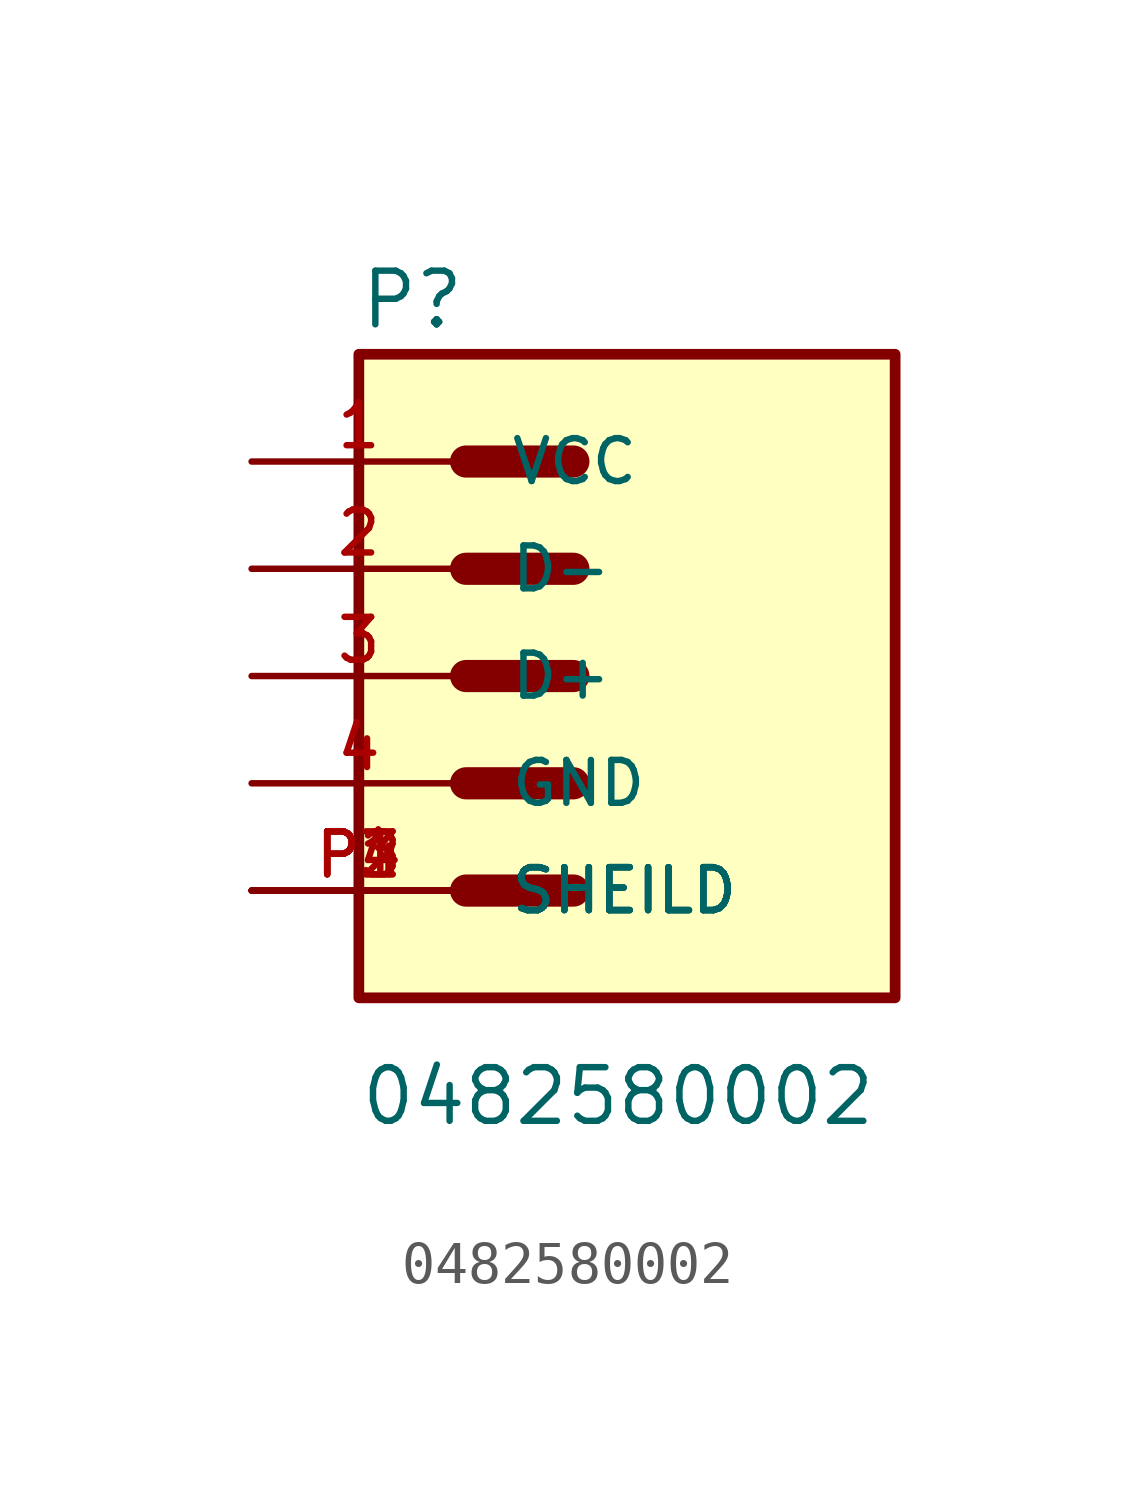
<source format=kicad_sym>
(kicad_symbol_lib
  (version 20211014)
  (generator kicad_symbol_editor)
  (symbol "0482580002"
    (pin_names
      (offset 1.016))
    (property "Reference" "P"
      (at -2.552 8.166 0)
      (effects (font (size 1.27 1.27)) (justify bottom left)))
    (property "Value" "0482580002"
      (at -2.547 -10.696 0)
      (effects (font (size 1.27 1.27)) (justify bottom left)))
    (symbol "0482580002_0_0"
      (polyline (pts (xy 0.0 5.08) (xy 2.54 5.08)) (stroke (width 0.762)))
      (polyline (pts (xy 0.0 2.54) (xy 2.54 2.54)) (stroke (width 0.762)))
      (polyline (pts (xy 0.0 0.0) (xy 2.54 0.0)) (stroke (width 0.762)))
      (polyline (pts (xy 0.0 -2.54) (xy 2.54 -2.54)) (stroke (width 0.762)))
      (polyline (pts (xy 0.0 -5.08) (xy 2.54 -5.08)) (stroke (width 0.762)))
      (rectangle (start -2.54 -7.62) (end 10.16 7.62) (stroke (width 0.254)) (fill (type background)))
      (pin power_in line (at -5.08 5.08 0) (length 5.08) (name "VCC" (effects (font (size 1.016 1.016)))) (number "1" (effects (font (size 1.016 1.016)))))
      (pin bidirectional line (at -5.08 2.54 0) (length 5.08) (name "D-" (effects (font (size 1.016 1.016)))) (number "2" (effects (font (size 1.016 1.016)))))
      (pin bidirectional line (at -5.08 0.0 0) (length 5.08) (name "D+" (effects (font (size 1.016 1.016)))) (number "3" (effects (font (size 1.016 1.016)))))
      (pin power_in line (at -5.08 -2.54 0) (length 5.08) (name "GND" (effects (font (size 1.016 1.016)))) (number "4" (effects (font (size 1.016 1.016)))))
      (pin passive line (at -5.08 -5.08 0) (length 5.08) (name "SHEILD" (effects (font (size 1.016 1.016)))) (number "P1" (effects (font (size 1.016 1.016)))))
      (pin passive line (at -5.08 -5.08 0) (length 5.08) (name "SHEILD" (effects (font (size 1.016 1.016)))) (number "P2" (effects (font (size 1.016 1.016)))))
      (pin passive line (at -5.08 -5.08 0) (length 5.08) (name "SHEILD" (effects (font (size 1.016 1.016)))) (number "P3" (effects (font (size 1.016 1.016)))))
      (pin passive line (at -5.08 -5.08 0) (length 5.08) (name "SHEILD" (effects (font (size 1.016 1.016)))) (number "P4" (effects (font (size 1.016 1.016))))))))
</source>
